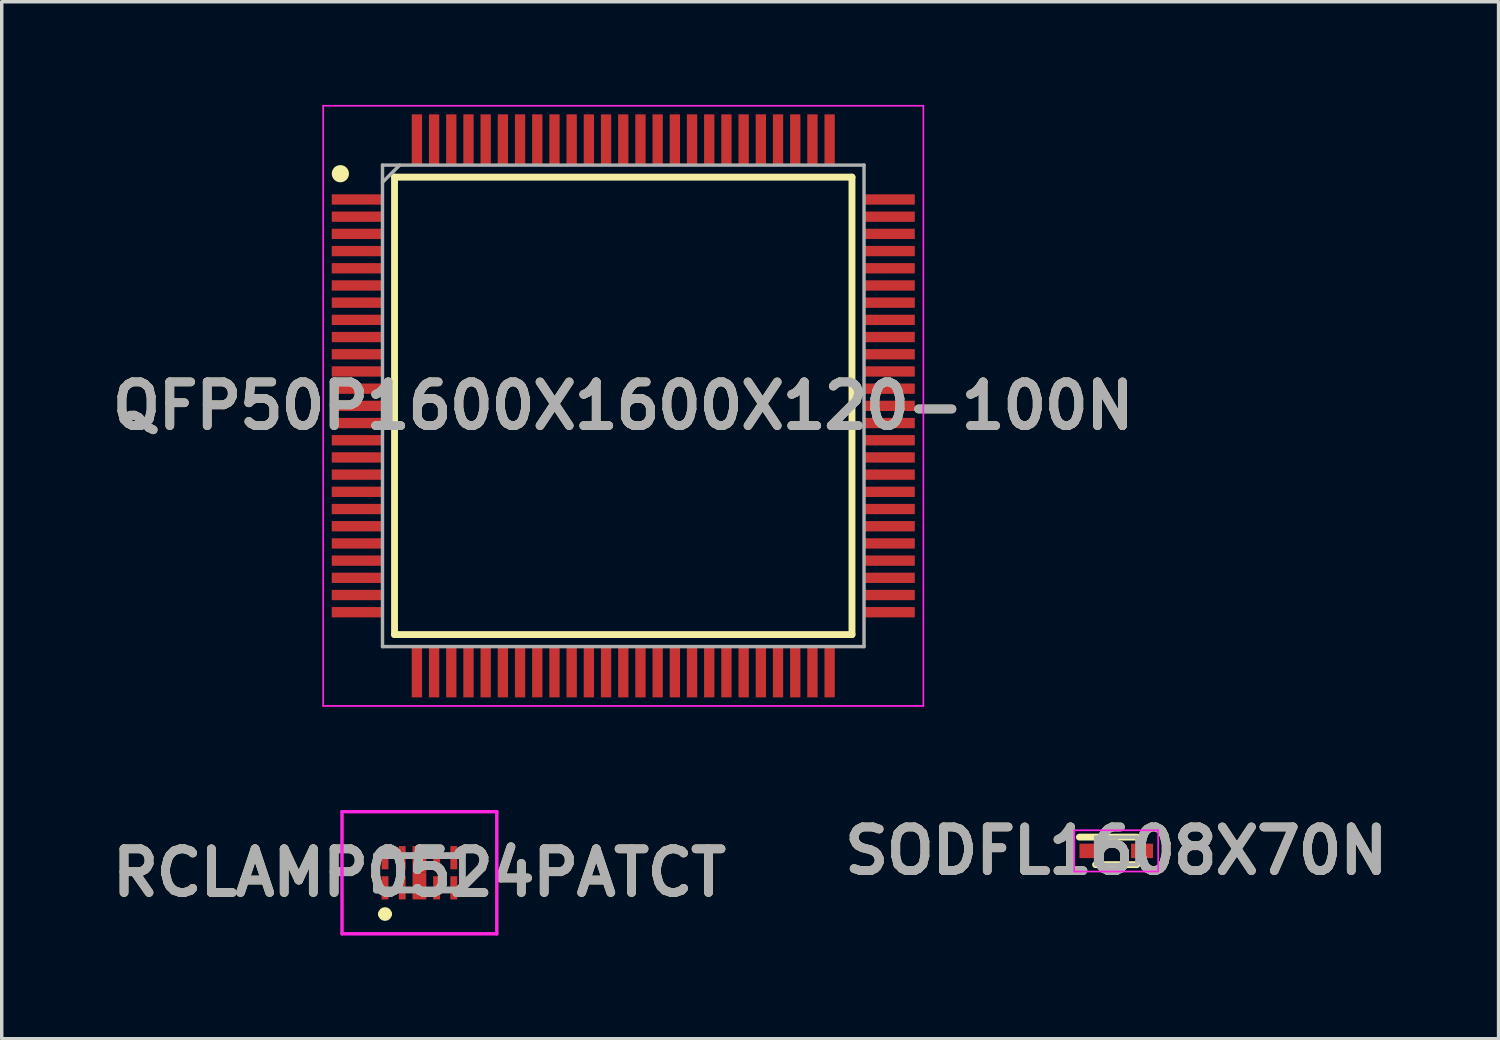
<source format=kicad_pcb>
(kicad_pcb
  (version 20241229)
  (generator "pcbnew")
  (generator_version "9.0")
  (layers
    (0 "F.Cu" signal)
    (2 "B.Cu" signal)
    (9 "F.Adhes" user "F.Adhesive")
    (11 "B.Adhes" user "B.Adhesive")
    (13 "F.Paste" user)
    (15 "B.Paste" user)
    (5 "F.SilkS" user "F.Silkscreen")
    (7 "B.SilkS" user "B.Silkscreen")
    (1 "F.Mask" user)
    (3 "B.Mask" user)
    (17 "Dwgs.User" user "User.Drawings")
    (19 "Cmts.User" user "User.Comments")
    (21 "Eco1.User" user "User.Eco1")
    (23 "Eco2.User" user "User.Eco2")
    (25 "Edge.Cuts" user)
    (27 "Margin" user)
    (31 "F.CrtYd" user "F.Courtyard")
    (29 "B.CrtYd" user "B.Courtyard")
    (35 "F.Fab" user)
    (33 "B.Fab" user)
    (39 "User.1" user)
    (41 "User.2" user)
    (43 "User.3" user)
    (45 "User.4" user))
  (footprint "RCLAMP0524PATCT"
    (layer "F.Cu")
    (at 9.144 22.325)
    (property "Reference" "RCLAMP0524PATCT" (at 0 0 0) (layer "F.SilkS") (effects (font (size 1.27 1.27) (thickness 0.254))))
    (attr smd)
    (fp_line (start -1.25 -0.5) (end -1.25 0.5) (stroke (width 0.1) (type solid)) (layer "F.SilkS"))
    (fp_line (start -1.1 1.2) (end -1.1 1.2) (stroke (width 0.2) (type solid)) (layer "F.SilkS"))
    (fp_line (start -0.9 1.2) (end -0.9 1.2) (stroke (width 0.2) (type solid)) (layer "F.SilkS"))
    (fp_line (start 1.25 0.5) (end 1.25 -0.5) (stroke (width 0.1) (type solid)) (layer "F.SilkS"))
    (fp_arc (start -1.1 1.2) (mid -1 1.1) (end -0.9 1.2) (stroke (width 0.2) (type solid)) (layer "F.SilkS"))
    (fp_arc (start -0.9 1.2) (mid -1 1.3) (end -1.1 1.2) (stroke (width 0.2) (type solid)) (layer "F.SilkS"))
    (fp_line (start -2.25 -1.775) (end 2.25 -1.775) (stroke (width 0.1) (type solid)) (layer "F.CrtYd"))
    (fp_line (start -2.25 1.775) (end -2.25 -1.775) (stroke (width 0.1) (type solid)) (layer "F.CrtYd"))
    (fp_line (start 2.25 -1.775) (end 2.25 1.775) (stroke (width 0.1) (type solid)) (layer "F.CrtYd"))
    (fp_line (start 2.25 1.775) (end -2.25 1.775) (stroke (width 0.1) (type solid)) (layer "F.CrtYd"))
    (fp_line (start -1.25 -0.5) (end 1.25 -0.5) (stroke (width 0.2) (type solid)) (layer "F.Fab"))
    (fp_line (start -1.25 0.5) (end -1.25 -0.5) (stroke (width 0.2) (type solid)) (layer "F.Fab"))
    (fp_line (start 1.25 -0.5) (end 1.25 0.5) (stroke (width 0.2) (type solid)) (layer "F.Fab"))
    (fp_line (start 1.25 0.5) (end -1.25 0.5) (stroke (width 0.2) (type solid)) (layer "F.Fab"))
    (fp_text user "${REFERENCE}" (at 0 0 0) (layer "F.Fab") (effects (font (size 1.27 1.27) (thickness 0.254))))
    (pad "1" smd rect (at -1 0.438) (size 0.2 0.675) (layers "F.Cu" "F.Mask" "F.Paste"))
    (pad "2" smd rect (at -0.5 0.438) (size 0.2 0.675) (layers "F.Cu" "F.Mask" "F.Paste"))
    (pad "3" smd rect (at 0 0.388) (size 0.4 0.775) (layers "F.Cu" "F.Mask" "F.Paste"))
    (pad "4" smd rect (at 0.5 0.438) (size 0.2 0.675) (layers "F.Cu" "F.Mask" "F.Paste"))
    (pad "5" smd rect (at 1 0.438) (size 0.2 0.675) (layers "F.Cu" "F.Mask" "F.Paste"))
    (pad "6" smd rect (at 1 -0.438) (size 0.2 0.675) (layers "F.Cu" "F.Mask" "F.Paste"))
    (pad "7" smd rect (at 0.5 -0.438) (size 0.2 0.675) (layers "F.Cu" "F.Mask" "F.Paste"))
    (pad "8" smd rect (at 0 -0.388) (size 0.4 0.775) (layers "F.Cu" "F.Mask" "F.Paste"))
    (pad "9" smd rect (at -0.5 -0.438) (size 0.2 0.675) (layers "F.Cu" "F.Mask" "F.Paste"))
    (pad "10" smd rect (at -1 -0.438) (size 0.2 0.675) (layers "F.Cu" "F.Mask" "F.Paste")))
  (footprint "QFP50P1600X1600X120-100N"
    (layer "F.Cu")
    (at 15.071 8.75)
    (property "Reference" "QFP50P1600X1600X120-100N" (at 0 0 0) (layer "F.SilkS") (effects (font (size 1.27 1.27) (thickness 0.254))))
    (attr smd)
    (fp_line (start -6.65 -6.65) (end 6.65 -6.65) (stroke (width 0.2) (type solid)) (layer "F.SilkS"))
    (fp_line (start -6.65 6.65) (end -6.65 -6.65) (stroke (width 0.2) (type solid)) (layer "F.SilkS"))
    (fp_line (start 6.65 -6.65) (end 6.65 6.65) (stroke (width 0.2) (type solid)) (layer "F.SilkS"))
    (fp_line (start 6.65 6.65) (end -6.65 6.65) (stroke (width 0.2) (type solid)) (layer "F.SilkS"))
    (fp_circle (center -8.225 -6.75) (end -8.225 -6.625) (stroke (width 0.25) (type solid)) (fill no) (layer "F.SilkS"))
    (fp_line (start -8.725 -8.725) (end 8.725 -8.725) (stroke (width 0.05) (type solid)) (layer "F.CrtYd"))
    (fp_line (start -8.725 8.725) (end -8.725 -8.725) (stroke (width 0.05) (type solid)) (layer "F.CrtYd"))
    (fp_line (start 8.725 -8.725) (end 8.725 8.725) (stroke (width 0.05) (type solid)) (layer "F.CrtYd"))
    (fp_line (start 8.725 8.725) (end -8.725 8.725) (stroke (width 0.05) (type solid)) (layer "F.CrtYd"))
    (fp_line (start -7 -7) (end 7 -7) (stroke (width 0.1) (type solid)) (layer "F.Fab"))
    (fp_line (start -7 -6.5) (end -6.5 -7) (stroke (width 0.1) (type solid)) (layer "F.Fab"))
    (fp_line (start -7 7) (end -7 -7) (stroke (width 0.1) (type solid)) (layer "F.Fab"))
    (fp_line (start 7 -7) (end 7 7) (stroke (width 0.1) (type solid)) (layer "F.Fab"))
    (fp_line (start 7 7) (end -7 7) (stroke (width 0.1) (type solid)) (layer "F.Fab"))
    (fp_text user "${REFERENCE}" (at 0 0 0) (layer "F.Fab") (effects (font (size 1.27 1.27) (thickness 0.254))))
    (pad "1" smd rect (at -7.738 -6 90) (size 0.3 1.475) (layers "F.Cu" "F.Mask" "F.Paste"))
    (pad "2" smd rect (at -7.738 -5.5 90) (size 0.3 1.475) (layers "F.Cu" "F.Mask" "F.Paste"))
    (pad "3" smd rect (at -7.738 -5 90) (size 0.3 1.475) (layers "F.Cu" "F.Mask" "F.Paste"))
    (pad "4" smd rect (at -7.738 -4.5 90) (size 0.3 1.475) (layers "F.Cu" "F.Mask" "F.Paste"))
    (pad "5" smd rect (at -7.738 -4 90) (size 0.3 1.475) (layers "F.Cu" "F.Mask" "F.Paste"))
    (pad "6" smd rect (at -7.738 -3.5 90) (size 0.3 1.475) (layers "F.Cu" "F.Mask" "F.Paste"))
    (pad "7" smd rect (at -7.738 -3 90) (size 0.3 1.475) (layers "F.Cu" "F.Mask" "F.Paste"))
    (pad "8" smd rect (at -7.738 -2.5 90) (size 0.3 1.475) (layers "F.Cu" "F.Mask" "F.Paste"))
    (pad "9" smd rect (at -7.738 -2 90) (size 0.3 1.475) (layers "F.Cu" "F.Mask" "F.Paste"))
    (pad "10" smd rect (at -7.738 -1.5 90) (size 0.3 1.475) (layers "F.Cu" "F.Mask" "F.Paste"))
    (pad "11" smd rect (at -7.738 -1 90) (size 0.3 1.475) (layers "F.Cu" "F.Mask" "F.Paste"))
    (pad "12" smd rect (at -7.738 -0.5 90) (size 0.3 1.475) (layers "F.Cu" "F.Mask" "F.Paste"))
    (pad "13" smd rect (at -7.738 0 90) (size 0.3 1.475) (layers "F.Cu" "F.Mask" "F.Paste"))
    (pad "14" smd rect (at -7.738 0.5 90) (size 0.3 1.475) (layers "F.Cu" "F.Mask" "F.Paste"))
    (pad "15" smd rect (at -7.738 1 90) (size 0.3 1.475) (layers "F.Cu" "F.Mask" "F.Paste"))
    (pad "16" smd rect (at -7.738 1.5 90) (size 0.3 1.475) (layers "F.Cu" "F.Mask" "F.Paste"))
    (pad "17" smd rect (at -7.738 2 90) (size 0.3 1.475) (layers "F.Cu" "F.Mask" "F.Paste"))
    (pad "18" smd rect (at -7.738 2.5 90) (size 0.3 1.475) (layers "F.Cu" "F.Mask" "F.Paste"))
    (pad "19" smd rect (at -7.738 3 90) (size 0.3 1.475) (layers "F.Cu" "F.Mask" "F.Paste"))
    (pad "20" smd rect (at -7.738 3.5 90) (size 0.3 1.475) (layers "F.Cu" "F.Mask" "F.Paste"))
    (pad "21" smd rect (at -7.738 4 90) (size 0.3 1.475) (layers "F.Cu" "F.Mask" "F.Paste"))
    (pad "22" smd rect (at -7.738 4.5 90) (size 0.3 1.475) (layers "F.Cu" "F.Mask" "F.Paste"))
    (pad "23" smd rect (at -7.738 5 90) (size 0.3 1.475) (layers "F.Cu" "F.Mask" "F.Paste"))
    (pad "24" smd rect (at -7.738 5.5 90) (size 0.3 1.475) (layers "F.Cu" "F.Mask" "F.Paste"))
    (pad "25" smd rect (at -7.738 6 90) (size 0.3 1.475) (layers "F.Cu" "F.Mask" "F.Paste"))
    (pad "26" smd rect (at -6 7.738) (size 0.3 1.475) (layers "F.Cu" "F.Mask" "F.Paste"))
    (pad "27" smd rect (at -5.5 7.738) (size 0.3 1.475) (layers "F.Cu" "F.Mask" "F.Paste"))
    (pad "28" smd rect (at -5 7.738) (size 0.3 1.475) (layers "F.Cu" "F.Mask" "F.Paste"))
    (pad "29" smd rect (at -4.5 7.738) (size 0.3 1.475) (layers "F.Cu" "F.Mask" "F.Paste"))
    (pad "30" smd rect (at -4 7.738) (size 0.3 1.475) (layers "F.Cu" "F.Mask" "F.Paste"))
    (pad "31" smd rect (at -3.5 7.738) (size 0.3 1.475) (layers "F.Cu" "F.Mask" "F.Paste"))
    (pad "32" smd rect (at -3 7.738) (size 0.3 1.475) (layers "F.Cu" "F.Mask" "F.Paste"))
    (pad "33" smd rect (at -2.5 7.738) (size 0.3 1.475) (layers "F.Cu" "F.Mask" "F.Paste"))
    (pad "34" smd rect (at -2 7.738) (size 0.3 1.475) (layers "F.Cu" "F.Mask" "F.Paste"))
    (pad "35" smd rect (at -1.5 7.738) (size 0.3 1.475) (layers "F.Cu" "F.Mask" "F.Paste"))
    (pad "36" smd rect (at -1 7.738) (size 0.3 1.475) (layers "F.Cu" "F.Mask" "F.Paste"))
    (pad "37" smd rect (at -0.5 7.738) (size 0.3 1.475) (layers "F.Cu" "F.Mask" "F.Paste"))
    (pad "38" smd rect (at 0 7.738) (size 0.3 1.475) (layers "F.Cu" "F.Mask" "F.Paste"))
    (pad "39" smd rect (at 0.5 7.738) (size 0.3 1.475) (layers "F.Cu" "F.Mask" "F.Paste"))
    (pad "40" smd rect (at 1 7.738) (size 0.3 1.475) (layers "F.Cu" "F.Mask" "F.Paste"))
    (pad "41" smd rect (at 1.5 7.738) (size 0.3 1.475) (layers "F.Cu" "F.Mask" "F.Paste"))
    (pad "42" smd rect (at 2 7.738) (size 0.3 1.475) (layers "F.Cu" "F.Mask" "F.Paste"))
    (pad "43" smd rect (at 2.5 7.738) (size 0.3 1.475) (layers "F.Cu" "F.Mask" "F.Paste"))
    (pad "44" smd rect (at 3 7.738) (size 0.3 1.475) (layers "F.Cu" "F.Mask" "F.Paste"))
    (pad "45" smd rect (at 3.5 7.738) (size 0.3 1.475) (layers "F.Cu" "F.Mask" "F.Paste"))
    (pad "46" smd rect (at 4 7.738) (size 0.3 1.475) (layers "F.Cu" "F.Mask" "F.Paste"))
    (pad "47" smd rect (at 4.5 7.738) (size 0.3 1.475) (layers "F.Cu" "F.Mask" "F.Paste"))
    (pad "48" smd rect (at 5 7.738) (size 0.3 1.475) (layers "F.Cu" "F.Mask" "F.Paste"))
    (pad "49" smd rect (at 5.5 7.738) (size 0.3 1.475) (layers "F.Cu" "F.Mask" "F.Paste"))
    (pad "50" smd rect (at 6 7.738) (size 0.3 1.475) (layers "F.Cu" "F.Mask" "F.Paste"))
    (pad "51" smd rect (at 7.738 6 90) (size 0.3 1.475) (layers "F.Cu" "F.Mask" "F.Paste"))
    (pad "52" smd rect (at 7.738 5.5 90) (size 0.3 1.475) (layers "F.Cu" "F.Mask" "F.Paste"))
    (pad "53" smd rect (at 7.738 5 90) (size 0.3 1.475) (layers "F.Cu" "F.Mask" "F.Paste"))
    (pad "54" smd rect (at 7.738 4.5 90) (size 0.3 1.475) (layers "F.Cu" "F.Mask" "F.Paste"))
    (pad "55" smd rect (at 7.738 4 90) (size 0.3 1.475) (layers "F.Cu" "F.Mask" "F.Paste"))
    (pad "56" smd rect (at 7.738 3.5 90) (size 0.3 1.475) (layers "F.Cu" "F.Mask" "F.Paste"))
    (pad "57" smd rect (at 7.738 3 90) (size 0.3 1.475) (layers "F.Cu" "F.Mask" "F.Paste"))
    (pad "58" smd rect (at 7.738 2.5 90) (size 0.3 1.475) (layers "F.Cu" "F.Mask" "F.Paste"))
    (pad "59" smd rect (at 7.738 2 90) (size 0.3 1.475) (layers "F.Cu" "F.Mask" "F.Paste"))
    (pad "60" smd rect (at 7.738 1.5 90) (size 0.3 1.475) (layers "F.Cu" "F.Mask" "F.Paste"))
    (pad "61" smd rect (at 7.738 1 90) (size 0.3 1.475) (layers "F.Cu" "F.Mask" "F.Paste"))
    (pad "62" smd rect (at 7.738 0.5 90) (size 0.3 1.475) (layers "F.Cu" "F.Mask" "F.Paste"))
    (pad "63" smd rect (at 7.738 0 90) (size 0.3 1.475) (layers "F.Cu" "F.Mask" "F.Paste"))
    (pad "64" smd rect (at 7.738 -0.5 90) (size 0.3 1.475) (layers "F.Cu" "F.Mask" "F.Paste"))
    (pad "65" smd rect (at 7.738 -1 90) (size 0.3 1.475) (layers "F.Cu" "F.Mask" "F.Paste"))
    (pad "66" smd rect (at 7.738 -1.5 90) (size 0.3 1.475) (layers "F.Cu" "F.Mask" "F.Paste"))
    (pad "67" smd rect (at 7.738 -2 90) (size 0.3 1.475) (layers "F.Cu" "F.Mask" "F.Paste"))
    (pad "68" smd rect (at 7.738 -2.5 90) (size 0.3 1.475) (layers "F.Cu" "F.Mask" "F.Paste"))
    (pad "69" smd rect (at 7.738 -3 90) (size 0.3 1.475) (layers "F.Cu" "F.Mask" "F.Paste"))
    (pad "70" smd rect (at 7.738 -3.5 90) (size 0.3 1.475) (layers "F.Cu" "F.Mask" "F.Paste"))
    (pad "71" smd rect (at 7.738 -4 90) (size 0.3 1.475) (layers "F.Cu" "F.Mask" "F.Paste"))
    (pad "72" smd rect (at 7.738 -4.5 90) (size 0.3 1.475) (layers "F.Cu" "F.Mask" "F.Paste"))
    (pad "73" smd rect (at 7.738 -5 90) (size 0.3 1.475) (layers "F.Cu" "F.Mask" "F.Paste"))
    (pad "74" smd rect (at 7.738 -5.5 90) (size 0.3 1.475) (layers "F.Cu" "F.Mask" "F.Paste"))
    (pad "75" smd rect (at 7.738 -6 90) (size 0.3 1.475) (layers "F.Cu" "F.Mask" "F.Paste"))
    (pad "76" smd rect (at 6 -7.738) (size 0.3 1.475) (layers "F.Cu" "F.Mask" "F.Paste"))
    (pad "77" smd rect (at 5.5 -7.738) (size 0.3 1.475) (layers "F.Cu" "F.Mask" "F.Paste"))
    (pad "78" smd rect (at 5 -7.738) (size 0.3 1.475) (layers "F.Cu" "F.Mask" "F.Paste"))
    (pad "79" smd rect (at 4.5 -7.738) (size 0.3 1.475) (layers "F.Cu" "F.Mask" "F.Paste"))
    (pad "80" smd rect (at 4 -7.738) (size 0.3 1.475) (layers "F.Cu" "F.Mask" "F.Paste"))
    (pad "81" smd rect (at 3.5 -7.738) (size 0.3 1.475) (layers "F.Cu" "F.Mask" "F.Paste"))
    (pad "82" smd rect (at 3 -7.738) (size 0.3 1.475) (layers "F.Cu" "F.Mask" "F.Paste"))
    (pad "83" smd rect (at 2.5 -7.738) (size 0.3 1.475) (layers "F.Cu" "F.Mask" "F.Paste"))
    (pad "84" smd rect (at 2 -7.738) (size 0.3 1.475) (layers "F.Cu" "F.Mask" "F.Paste"))
    (pad "85" smd rect (at 1.5 -7.738) (size 0.3 1.475) (layers "F.Cu" "F.Mask" "F.Paste"))
    (pad "86" smd rect (at 1 -7.738) (size 0.3 1.475) (layers "F.Cu" "F.Mask" "F.Paste"))
    (pad "87" smd rect (at 0.5 -7.738) (size 0.3 1.475) (layers "F.Cu" "F.Mask" "F.Paste"))
    (pad "88" smd rect (at 0 -7.738) (size 0.3 1.475) (layers "F.Cu" "F.Mask" "F.Paste"))
    (pad "89" smd rect (at -0.5 -7.738) (size 0.3 1.475) (layers "F.Cu" "F.Mask" "F.Paste"))
    (pad "90" smd rect (at -1 -7.738) (size 0.3 1.475) (layers "F.Cu" "F.Mask" "F.Paste"))
    (pad "91" smd rect (at -1.5 -7.738) (size 0.3 1.475) (layers "F.Cu" "F.Mask" "F.Paste"))
    (pad "92" smd rect (at -2 -7.738) (size 0.3 1.475) (layers "F.Cu" "F.Mask" "F.Paste"))
    (pad "93" smd rect (at -2.5 -7.738) (size 0.3 1.475) (layers "F.Cu" "F.Mask" "F.Paste"))
    (pad "94" smd rect (at -3 -7.738) (size 0.3 1.475) (layers "F.Cu" "F.Mask" "F.Paste"))
    (pad "95" smd rect (at -3.5 -7.738) (size 0.3 1.475) (layers "F.Cu" "F.Mask" "F.Paste"))
    (pad "96" smd rect (at -4 -7.738) (size 0.3 1.475) (layers "F.Cu" "F.Mask" "F.Paste"))
    (pad "97" smd rect (at -4.5 -7.738) (size 0.3 1.475) (layers "F.Cu" "F.Mask" "F.Paste"))
    (pad "98" smd rect (at -5 -7.738) (size 0.3 1.475) (layers "F.Cu" "F.Mask" "F.Paste"))
    (pad "99" smd rect (at -5.5 -7.738) (size 0.3 1.475) (layers "F.Cu" "F.Mask" "F.Paste"))
    (pad "100" smd rect (at -6 -7.738) (size 0.3 1.475) (layers "F.Cu" "F.Mask" "F.Paste")))
  (footprint "SODFL1608X70N"
    (layer "F.Cu")
    (at 29.404 21.689)
    (property "Reference" "SODFL1608X70N" (at 0 0 0) (layer "F.SilkS") (effects (font (size 1.27 1.27) (thickness 0.254))))
    (attr smd)
    (fp_line (start -1.07 -0.4) (end 0.6 -0.4) (stroke (width 0.2) (type solid)) (layer "F.SilkS"))
    (fp_line (start -0.6 0.4) (end 0.6 0.4) (stroke (width 0.2) (type solid)) (layer "F.SilkS"))
    (fp_line (start -1.22 -0.6) (end 1.22 -0.6) (stroke (width 0.05) (type solid)) (layer "F.CrtYd"))
    (fp_line (start -1.22 0.6) (end -1.22 -0.6) (stroke (width 0.05) (type solid)) (layer "F.CrtYd"))
    (fp_line (start 1.22 -0.6) (end 1.22 0.6) (stroke (width 0.05) (type solid)) (layer "F.CrtYd"))
    (fp_line (start 1.22 0.6) (end -1.22 0.6) (stroke (width 0.05) (type solid)) (layer "F.CrtYd"))
    (fp_line (start -0.6 -0.4) (end 0.6 -0.4) (stroke (width 0.1) (type solid)) (layer "F.Fab"))
    (fp_line (start -0.6 -0.08) (end -0.28 -0.4) (stroke (width 0.1) (type solid)) (layer "F.Fab"))
    (fp_line (start -0.6 0.4) (end -0.6 -0.4) (stroke (width 0.1) (type solid)) (layer "F.Fab"))
    (fp_line (start 0.6 -0.4) (end 0.6 0.4) (stroke (width 0.1) (type solid)) (layer "F.Fab"))
    (fp_line (start 0.6 0.4) (end -0.6 0.4) (stroke (width 0.1) (type solid)) (layer "F.Fab"))
    (fp_text user "${REFERENCE}" (at 0 0 0) (layer "F.Fab") (effects (font (size 1.27 1.27) (thickness 0.254))))
    (pad "1" smd rect (at -0.75 0 90) (size 0.42 0.64) (layers "F.Cu" "F.Mask" "F.Paste"))
    (pad "2" smd rect (at 0.75 0 90) (size 0.42 0.64) (layers "F.Cu" "F.Mask" "F.Paste")))
  (gr_rect
    (start -3 -3)
    (end 40.52 27.15)
    (stroke (width 0.1) (type default))
    (fill no)
    (layer "Edge.Cuts")))
</source>
